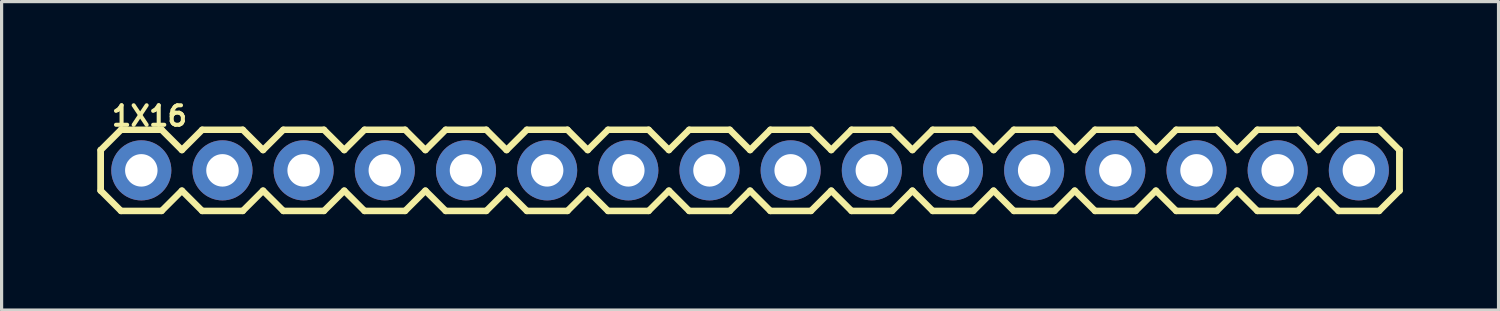
<source format=kicad_pcb>
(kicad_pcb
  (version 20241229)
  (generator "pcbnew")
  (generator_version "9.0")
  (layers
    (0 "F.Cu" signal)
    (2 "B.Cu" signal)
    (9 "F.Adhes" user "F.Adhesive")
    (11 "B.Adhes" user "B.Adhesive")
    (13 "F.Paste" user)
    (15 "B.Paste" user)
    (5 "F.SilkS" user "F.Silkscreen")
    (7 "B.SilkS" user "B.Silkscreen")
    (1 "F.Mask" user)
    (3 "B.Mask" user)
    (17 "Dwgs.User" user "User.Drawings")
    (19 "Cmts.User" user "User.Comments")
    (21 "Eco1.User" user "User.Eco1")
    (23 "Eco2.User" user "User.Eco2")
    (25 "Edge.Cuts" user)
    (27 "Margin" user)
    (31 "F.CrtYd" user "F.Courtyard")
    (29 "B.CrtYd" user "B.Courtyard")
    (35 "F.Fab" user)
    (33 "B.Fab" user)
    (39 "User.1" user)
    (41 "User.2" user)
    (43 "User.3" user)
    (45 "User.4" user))
  (footprint "1X16"
    (layer "F.Cu")
    (at 1.372 2.281)
    (property "Reference" "1X16" (at 0.254 -1.702 0) (layer "F.SilkS") (effects (font (size 0.61 0.61) (thickness 0.127))))
    (attr exclude_from_pos_files exclude_from_bom)
    (fp_line (start -1.27 -0.635) (end -1.27 0.635) (stroke (width 0.203) (type solid)) (layer "F.SilkS"))
    (fp_line (start -1.27 -0.635) (end -1.27 0.635) (stroke (width 0.203) (type solid)) (layer "F.SilkS"))
    (fp_line (start -1.27 0.635) (end -0.635 1.27) (stroke (width 0.203) (type solid)) (layer "F.SilkS"))
    (fp_line (start -0.635 -1.27) (end -1.27 -0.635) (stroke (width 0.203) (type solid)) (layer "F.SilkS"))
    (fp_line (start -0.635 -1.27) (end 0.635 -1.27) (stroke (width 0.203) (type solid)) (layer "F.SilkS"))
    (fp_line (start 0.635 -1.27) (end 1.27 -0.635) (stroke (width 0.203) (type solid)) (layer "F.SilkS"))
    (fp_line (start 0.635 1.27) (end -0.635 1.27) (stroke (width 0.203) (type solid)) (layer "F.SilkS"))
    (fp_line (start 1.27 -0.635) (end 1.905 -1.27) (stroke (width 0.203) (type solid)) (layer "F.SilkS"))
    (fp_line (start 1.27 0.635) (end 0.635 1.27) (stroke (width 0.203) (type solid)) (layer "F.SilkS"))
    (fp_line (start 1.905 -1.27) (end 3.175 -1.27) (stroke (width 0.203) (type solid)) (layer "F.SilkS"))
    (fp_line (start 1.905 1.27) (end 1.27 0.635) (stroke (width 0.203) (type solid)) (layer "F.SilkS"))
    (fp_line (start 3.175 -1.27) (end 3.81 -0.635) (stroke (width 0.203) (type solid)) (layer "F.SilkS"))
    (fp_line (start 3.175 1.27) (end 1.905 1.27) (stroke (width 0.203) (type solid)) (layer "F.SilkS"))
    (fp_line (start 3.81 -0.635) (end 4.445 -1.27) (stroke (width 0.203) (type solid)) (layer "F.SilkS"))
    (fp_line (start 3.81 0.635) (end 3.175 1.27) (stroke (width 0.203) (type solid)) (layer "F.SilkS"))
    (fp_line (start 4.445 -1.27) (end 5.715 -1.27) (stroke (width 0.203) (type solid)) (layer "F.SilkS"))
    (fp_line (start 4.445 1.27) (end 3.81 0.635) (stroke (width 0.203) (type solid)) (layer "F.SilkS"))
    (fp_line (start 5.715 -1.27) (end 6.35 -0.635) (stroke (width 0.203) (type solid)) (layer "F.SilkS"))
    (fp_line (start 5.715 1.27) (end 4.445 1.27) (stroke (width 0.203) (type solid)) (layer "F.SilkS"))
    (fp_line (start 6.35 0.635) (end 5.715 1.27) (stroke (width 0.203) (type solid)) (layer "F.SilkS"))
    (fp_line (start 6.35 0.635) (end 6.985 1.27) (stroke (width 0.203) (type solid)) (layer "F.SilkS"))
    (fp_line (start 6.985 -1.27) (end 6.35 -0.635) (stroke (width 0.203) (type solid)) (layer "F.SilkS"))
    (fp_line (start 6.985 -1.27) (end 8.255 -1.27) (stroke (width 0.203) (type solid)) (layer "F.SilkS"))
    (fp_line (start 8.255 -1.27) (end 8.89 -0.635) (stroke (width 0.203) (type solid)) (layer "F.SilkS"))
    (fp_line (start 8.255 1.27) (end 6.985 1.27) (stroke (width 0.203) (type solid)) (layer "F.SilkS"))
    (fp_line (start 8.89 -0.635) (end 9.525 -1.27) (stroke (width 0.203) (type solid)) (layer "F.SilkS"))
    (fp_line (start 8.89 0.635) (end 8.255 1.27) (stroke (width 0.203) (type solid)) (layer "F.SilkS"))
    (fp_line (start 9.525 -1.27) (end 10.795 -1.27) (stroke (width 0.203) (type solid)) (layer "F.SilkS"))
    (fp_line (start 9.525 1.27) (end 8.89 0.635) (stroke (width 0.203) (type solid)) (layer "F.SilkS"))
    (fp_line (start 10.795 -1.27) (end 11.43 -0.635) (stroke (width 0.203) (type solid)) (layer "F.SilkS"))
    (fp_line (start 10.795 1.27) (end 9.525 1.27) (stroke (width 0.203) (type solid)) (layer "F.SilkS"))
    (fp_line (start 11.43 -0.635) (end 12.065 -1.27) (stroke (width 0.203) (type solid)) (layer "F.SilkS"))
    (fp_line (start 11.43 0.635) (end 10.795 1.27) (stroke (width 0.203) (type solid)) (layer "F.SilkS"))
    (fp_line (start 12.065 -1.27) (end 13.335 -1.27) (stroke (width 0.203) (type solid)) (layer "F.SilkS"))
    (fp_line (start 12.065 1.27) (end 11.43 0.635) (stroke (width 0.203) (type solid)) (layer "F.SilkS"))
    (fp_line (start 13.335 -1.27) (end 13.97 -0.635) (stroke (width 0.203) (type solid)) (layer "F.SilkS"))
    (fp_line (start 13.335 1.27) (end 12.065 1.27) (stroke (width 0.203) (type solid)) (layer "F.SilkS"))
    (fp_line (start 13.97 0.635) (end 13.335 1.27) (stroke (width 0.203) (type solid)) (layer "F.SilkS"))
    (fp_line (start 13.97 0.635) (end 14.605 1.27) (stroke (width 0.203) (type solid)) (layer "F.SilkS"))
    (fp_line (start 14.605 -1.27) (end 13.97 -0.635) (stroke (width 0.203) (type solid)) (layer "F.SilkS"))
    (fp_line (start 14.605 -1.27) (end 15.875 -1.27) (stroke (width 0.203) (type solid)) (layer "F.SilkS"))
    (fp_line (start 15.875 -1.27) (end 16.51 -0.635) (stroke (width 0.203) (type solid)) (layer "F.SilkS"))
    (fp_line (start 15.875 1.27) (end 14.605 1.27) (stroke (width 0.203) (type solid)) (layer "F.SilkS"))
    (fp_line (start 16.51 0.635) (end 15.875 1.27) (stroke (width 0.203) (type solid)) (layer "F.SilkS"))
    (fp_line (start 16.51 0.635) (end 17.145 1.27) (stroke (width 0.203) (type solid)) (layer "F.SilkS"))
    (fp_line (start 17.145 -1.27) (end 16.51 -0.635) (stroke (width 0.203) (type solid)) (layer "F.SilkS"))
    (fp_line (start 17.145 -1.27) (end 18.415 -1.27) (stroke (width 0.203) (type solid)) (layer "F.SilkS"))
    (fp_line (start 18.415 -1.27) (end 19.05 -0.635) (stroke (width 0.203) (type solid)) (layer "F.SilkS"))
    (fp_line (start 18.415 1.27) (end 17.145 1.27) (stroke (width 0.203) (type solid)) (layer "F.SilkS"))
    (fp_line (start 19.05 -0.635) (end 19.685 -1.27) (stroke (width 0.203) (type solid)) (layer "F.SilkS"))
    (fp_line (start 19.05 0.635) (end 18.415 1.27) (stroke (width 0.203) (type solid)) (layer "F.SilkS"))
    (fp_line (start 19.685 -1.27) (end 20.955 -1.27) (stroke (width 0.203) (type solid)) (layer "F.SilkS"))
    (fp_line (start 19.685 1.27) (end 19.05 0.635) (stroke (width 0.203) (type solid)) (layer "F.SilkS"))
    (fp_line (start 20.955 -1.27) (end 21.59 -0.635) (stroke (width 0.203) (type solid)) (layer "F.SilkS"))
    (fp_line (start 20.955 1.27) (end 19.685 1.27) (stroke (width 0.203) (type solid)) (layer "F.SilkS"))
    (fp_line (start 21.59 -0.635) (end 22.225 -1.27) (stroke (width 0.203) (type solid)) (layer "F.SilkS"))
    (fp_line (start 21.59 0.635) (end 20.955 1.27) (stroke (width 0.203) (type solid)) (layer "F.SilkS"))
    (fp_line (start 22.225 -1.27) (end 23.495 -1.27) (stroke (width 0.203) (type solid)) (layer "F.SilkS"))
    (fp_line (start 22.225 1.27) (end 21.59 0.635) (stroke (width 0.203) (type solid)) (layer "F.SilkS"))
    (fp_line (start 23.495 -1.27) (end 24.13 -0.635) (stroke (width 0.203) (type solid)) (layer "F.SilkS"))
    (fp_line (start 23.495 1.27) (end 22.225 1.27) (stroke (width 0.203) (type solid)) (layer "F.SilkS"))
    (fp_line (start 24.13 0.635) (end 23.495 1.27) (stroke (width 0.203) (type solid)) (layer "F.SilkS"))
    (fp_line (start 24.13 0.635) (end 24.765 1.27) (stroke (width 0.203) (type solid)) (layer "F.SilkS"))
    (fp_line (start 24.765 -1.27) (end 24.13 -0.635) (stroke (width 0.203) (type solid)) (layer "F.SilkS"))
    (fp_line (start 24.765 -1.27) (end 26.035 -1.27) (stroke (width 0.203) (type solid)) (layer "F.SilkS"))
    (fp_line (start 26.035 -1.27) (end 26.67 -0.635) (stroke (width 0.203) (type solid)) (layer "F.SilkS"))
    (fp_line (start 26.035 1.27) (end 24.765 1.27) (stroke (width 0.203) (type solid)) (layer "F.SilkS"))
    (fp_line (start 26.67 -0.635) (end 27.305 -1.27) (stroke (width 0.203) (type solid)) (layer "F.SilkS"))
    (fp_line (start 26.67 0.635) (end 26.035 1.27) (stroke (width 0.203) (type solid)) (layer "F.SilkS"))
    (fp_line (start 27.305 -1.27) (end 28.575 -1.27) (stroke (width 0.203) (type solid)) (layer "F.SilkS"))
    (fp_line (start 27.305 1.27) (end 26.67 0.635) (stroke (width 0.203) (type solid)) (layer "F.SilkS"))
    (fp_line (start 28.575 -1.27) (end 29.21 -0.635) (stroke (width 0.203) (type solid)) (layer "F.SilkS"))
    (fp_line (start 28.575 1.27) (end 27.305 1.27) (stroke (width 0.203) (type solid)) (layer "F.SilkS"))
    (fp_line (start 29.21 -0.635) (end 29.845 -1.27) (stroke (width 0.203) (type solid)) (layer "F.SilkS"))
    (fp_line (start 29.21 0.635) (end 28.575 1.27) (stroke (width 0.203) (type solid)) (layer "F.SilkS"))
    (fp_line (start 29.845 -1.27) (end 31.115 -1.27) (stroke (width 0.203) (type solid)) (layer "F.SilkS"))
    (fp_line (start 29.845 1.27) (end 29.21 0.635) (stroke (width 0.203) (type solid)) (layer "F.SilkS"))
    (fp_line (start 31.115 -1.27) (end 31.75 -0.635) (stroke (width 0.203) (type solid)) (layer "F.SilkS"))
    (fp_line (start 31.115 1.27) (end 29.845 1.27) (stroke (width 0.203) (type solid)) (layer "F.SilkS"))
    (fp_line (start 31.75 0.635) (end 31.115 1.27) (stroke (width 0.203) (type solid)) (layer "F.SilkS"))
    (fp_line (start 31.75 0.635) (end 32.385 1.27) (stroke (width 0.203) (type solid)) (layer "F.SilkS"))
    (fp_line (start 32.385 -1.27) (end 31.75 -0.635) (stroke (width 0.203) (type solid)) (layer "F.SilkS"))
    (fp_line (start 32.385 -1.27) (end 33.655 -1.27) (stroke (width 0.203) (type solid)) (layer "F.SilkS"))
    (fp_line (start 33.655 -1.27) (end 34.29 -0.635) (stroke (width 0.203) (type solid)) (layer "F.SilkS"))
    (fp_line (start 33.655 1.27) (end 32.385 1.27) (stroke (width 0.203) (type solid)) (layer "F.SilkS"))
    (fp_line (start 34.29 0.635) (end 33.655 1.27) (stroke (width 0.203) (type solid)) (layer "F.SilkS"))
    (fp_line (start 34.29 0.635) (end 34.925 1.27) (stroke (width 0.203) (type solid)) (layer "F.SilkS"))
    (fp_line (start 34.925 -1.27) (end 34.29 -0.635) (stroke (width 0.203) (type solid)) (layer "F.SilkS"))
    (fp_line (start 34.925 -1.27) (end 36.195 -1.27) (stroke (width 0.203) (type solid)) (layer "F.SilkS"))
    (fp_line (start 36.195 -1.27) (end 36.83 -0.635) (stroke (width 0.203) (type solid)) (layer "F.SilkS"))
    (fp_line (start 36.195 1.27) (end 34.925 1.27) (stroke (width 0.203) (type solid)) (layer "F.SilkS"))
    (fp_line (start 36.83 0.635) (end 36.195 1.27) (stroke (width 0.203) (type solid)) (layer "F.SilkS"))
    (fp_line (start 36.83 0.635) (end 37.465 1.27) (stroke (width 0.203) (type solid)) (layer "F.SilkS"))
    (fp_line (start 37.465 -1.27) (end 36.83 -0.635) (stroke (width 0.203) (type solid)) (layer "F.SilkS"))
    (fp_line (start 37.465 -1.27) (end 38.735 -1.27) (stroke (width 0.203) (type solid)) (layer "F.SilkS"))
    (fp_line (start 38.735 -1.27) (end 39.37 -0.635) (stroke (width 0.203) (type solid)) (layer "F.SilkS"))
    (fp_line (start 38.735 1.27) (end 37.465 1.27) (stroke (width 0.203) (type solid)) (layer "F.SilkS"))
    (fp_line (start 39.37 -0.635) (end 39.37 0.635) (stroke (width 0.203) (type solid)) (layer "F.SilkS"))
    (fp_line (start 39.37 -0.635) (end 39.37 0.635) (stroke (width 0.203) (type solid)) (layer "F.SilkS"))
    (fp_line (start 39.37 0.635) (end 38.735 1.27) (stroke (width 0.203) (type solid)) (layer "F.SilkS"))
    (fp_line (start -0.254 -0.254) (end 0.254 -0.254) (stroke (width 0.066) (type solid)) (layer "Dwgs.User"))
    (fp_line (start -0.254 0.254) (end -0.254 -0.254) (stroke (width 0.066) (type solid)) (layer "Dwgs.User"))
    (fp_line (start -0.254 0.254) (end 0.254 0.254) (stroke (width 0.066) (type solid)) (layer "Dwgs.User"))
    (fp_line (start 0.254 0.254) (end 0.254 -0.254) (stroke (width 0.066) (type solid)) (layer "Dwgs.User"))
    (fp_line (start 2.286 -0.254) (end 2.794 -0.254) (stroke (width 0.066) (type solid)) (layer "Dwgs.User"))
    (fp_line (start 2.286 0.254) (end 2.286 -0.254) (stroke (width 0.066) (type solid)) (layer "Dwgs.User"))
    (fp_line (start 2.286 0.254) (end 2.794 0.254) (stroke (width 0.066) (type solid)) (layer "Dwgs.User"))
    (fp_line (start 2.794 0.254) (end 2.794 -0.254) (stroke (width 0.066) (type solid)) (layer "Dwgs.User"))
    (fp_line (start 4.826 -0.254) (end 5.334 -0.254) (stroke (width 0.066) (type solid)) (layer "Dwgs.User"))
    (fp_line (start 4.826 0.254) (end 4.826 -0.254) (stroke (width 0.066) (type solid)) (layer "Dwgs.User"))
    (fp_line (start 4.826 0.254) (end 5.334 0.254) (stroke (width 0.066) (type solid)) (layer "Dwgs.User"))
    (fp_line (start 5.334 0.254) (end 5.334 -0.254) (stroke (width 0.066) (type solid)) (layer "Dwgs.User"))
    (fp_line (start 7.366 -0.254) (end 7.874 -0.254) (stroke (width 0.066) (type solid)) (layer "Dwgs.User"))
    (fp_line (start 7.366 0.254) (end 7.366 -0.254) (stroke (width 0.066) (type solid)) (layer "Dwgs.User"))
    (fp_line (start 7.366 0.254) (end 7.874 0.254) (stroke (width 0.066) (type solid)) (layer "Dwgs.User"))
    (fp_line (start 7.874 0.254) (end 7.874 -0.254) (stroke (width 0.066) (type solid)) (layer "Dwgs.User"))
    (fp_line (start 9.906 -0.254) (end 10.414 -0.254) (stroke (width 0.066) (type solid)) (layer "Dwgs.User"))
    (fp_line (start 9.906 0.254) (end 9.906 -0.254) (stroke (width 0.066) (type solid)) (layer "Dwgs.User"))
    (fp_line (start 9.906 0.254) (end 10.414 0.254) (stroke (width 0.066) (type solid)) (layer "Dwgs.User"))
    (fp_line (start 10.414 0.254) (end 10.414 -0.254) (stroke (width 0.066) (type solid)) (layer "Dwgs.User"))
    (fp_line (start 12.446 -0.254) (end 12.954 -0.254) (stroke (width 0.066) (type solid)) (layer "Dwgs.User"))
    (fp_line (start 12.446 0.254) (end 12.446 -0.254) (stroke (width 0.066) (type solid)) (layer "Dwgs.User"))
    (fp_line (start 12.446 0.254) (end 12.954 0.254) (stroke (width 0.066) (type solid)) (layer "Dwgs.User"))
    (fp_line (start 12.954 0.254) (end 12.954 -0.254) (stroke (width 0.066) (type solid)) (layer "Dwgs.User"))
    (fp_line (start 14.986 -0.254) (end 15.494 -0.254) (stroke (width 0.066) (type solid)) (layer "Dwgs.User"))
    (fp_line (start 14.986 0.254) (end 14.986 -0.254) (stroke (width 0.066) (type solid)) (layer "Dwgs.User"))
    (fp_line (start 14.986 0.254) (end 15.494 0.254) (stroke (width 0.066) (type solid)) (layer "Dwgs.User"))
    (fp_line (start 15.494 0.254) (end 15.494 -0.254) (stroke (width 0.066) (type solid)) (layer "Dwgs.User"))
    (fp_line (start 17.523 -0.254) (end 18.034 -0.254) (stroke (width 0.066) (type solid)) (layer "Dwgs.User"))
    (fp_line (start 17.523 0.254) (end 17.523 -0.254) (stroke (width 0.066) (type solid)) (layer "Dwgs.User"))
    (fp_line (start 17.523 0.254) (end 18.034 0.254) (stroke (width 0.066) (type solid)) (layer "Dwgs.User"))
    (fp_line (start 18.034 0.254) (end 18.034 -0.254) (stroke (width 0.066) (type solid)) (layer "Dwgs.User"))
    (fp_line (start 20.066 -0.254) (end 20.574 -0.254) (stroke (width 0.066) (type solid)) (layer "Dwgs.User"))
    (fp_line (start 20.066 0.254) (end 20.066 -0.254) (stroke (width 0.066) (type solid)) (layer "Dwgs.User"))
    (fp_line (start 20.066 0.254) (end 20.574 0.254) (stroke (width 0.066) (type solid)) (layer "Dwgs.User"))
    (fp_line (start 20.574 0.254) (end 20.574 -0.254) (stroke (width 0.066) (type solid)) (layer "Dwgs.User"))
    (fp_line (start 22.606 -0.254) (end 23.114 -0.254) (stroke (width 0.066) (type solid)) (layer "Dwgs.User"))
    (fp_line (start 22.606 0.254) (end 22.606 -0.254) (stroke (width 0.066) (type solid)) (layer "Dwgs.User"))
    (fp_line (start 22.606 0.254) (end 23.114 0.254) (stroke (width 0.066) (type solid)) (layer "Dwgs.User"))
    (fp_line (start 23.114 0.254) (end 23.114 -0.254) (stroke (width 0.066) (type solid)) (layer "Dwgs.User"))
    (fp_line (start 25.146 -0.254) (end 25.654 -0.254) (stroke (width 0.066) (type solid)) (layer "Dwgs.User"))
    (fp_line (start 25.146 0.254) (end 25.146 -0.254) (stroke (width 0.066) (type solid)) (layer "Dwgs.User"))
    (fp_line (start 25.146 0.254) (end 25.654 0.254) (stroke (width 0.066) (type solid)) (layer "Dwgs.User"))
    (fp_line (start 25.654 0.254) (end 25.654 -0.254) (stroke (width 0.066) (type solid)) (layer "Dwgs.User"))
    (fp_line (start 27.686 -0.254) (end 28.194 -0.254) (stroke (width 0.066) (type solid)) (layer "Dwgs.User"))
    (fp_line (start 27.686 0.254) (end 27.686 -0.254) (stroke (width 0.066) (type solid)) (layer "Dwgs.User"))
    (fp_line (start 27.686 0.254) (end 28.194 0.254) (stroke (width 0.066) (type solid)) (layer "Dwgs.User"))
    (fp_line (start 28.194 0.254) (end 28.194 -0.254) (stroke (width 0.066) (type solid)) (layer "Dwgs.User"))
    (fp_line (start 30.226 -0.254) (end 30.734 -0.254) (stroke (width 0.066) (type solid)) (layer "Dwgs.User"))
    (fp_line (start 30.226 0.254) (end 30.226 -0.254) (stroke (width 0.066) (type solid)) (layer "Dwgs.User"))
    (fp_line (start 30.226 0.254) (end 30.734 0.254) (stroke (width 0.066) (type solid)) (layer "Dwgs.User"))
    (fp_line (start 30.734 0.254) (end 30.734 -0.254) (stroke (width 0.066) (type solid)) (layer "Dwgs.User"))
    (fp_line (start 32.766 -0.254) (end 33.274 -0.254) (stroke (width 0.066) (type solid)) (layer "Dwgs.User"))
    (fp_line (start 32.766 0.254) (end 32.766 -0.254) (stroke (width 0.066) (type solid)) (layer "Dwgs.User"))
    (fp_line (start 32.766 0.254) (end 33.274 0.254) (stroke (width 0.066) (type solid)) (layer "Dwgs.User"))
    (fp_line (start 33.274 0.254) (end 33.274 -0.254) (stroke (width 0.066) (type solid)) (layer "Dwgs.User"))
    (fp_line (start 35.303 -0.254) (end 35.814 -0.254) (stroke (width 0.066) (type solid)) (layer "Dwgs.User"))
    (fp_line (start 35.303 0.254) (end 35.303 -0.254) (stroke (width 0.066) (type solid)) (layer "Dwgs.User"))
    (fp_line (start 35.303 0.254) (end 35.814 0.254) (stroke (width 0.066) (type solid)) (layer "Dwgs.User"))
    (fp_line (start 35.814 0.254) (end 35.814 -0.254) (stroke (width 0.066) (type solid)) (layer "Dwgs.User"))
    (fp_line (start 37.846 -0.254) (end 38.354 -0.254) (stroke (width 0.066) (type solid)) (layer "Dwgs.User"))
    (fp_line (start 37.846 0.254) (end 37.846 -0.254) (stroke (width 0.066) (type solid)) (layer "Dwgs.User"))
    (fp_line (start 37.846 0.254) (end 38.354 0.254) (stroke (width 0.066) (type solid)) (layer "Dwgs.User"))
    (fp_line (start 38.354 0.254) (end 38.354 -0.254) (stroke (width 0.066) (type solid)) (layer "Dwgs.User"))
    (pad "1" thru_hole circle (at 0 0) (size 1.88 1.88) (drill 1.016) (layers "*.Cu" "*.Paste" "*.Mask"))
    (pad "2" thru_hole circle (at 2.54 0) (size 1.88 1.88) (drill 1.016) (layers "*.Cu" "*.Paste" "*.Mask"))
    (pad "3" thru_hole circle (at 5.08 0) (size 1.88 1.88) (drill 1.016) (layers "*.Cu" "*.Paste" "*.Mask"))
    (pad "4" thru_hole circle (at 7.62 0) (size 1.88 1.88) (drill 1.016) (layers "*.Cu" "*.Paste" "*.Mask"))
    (pad "5" thru_hole circle (at 10.16 0) (size 1.88 1.88) (drill 1.016) (layers "*.Cu" "*.Paste" "*.Mask"))
    (pad "6" thru_hole circle (at 12.7 0) (size 1.88 1.88) (drill 1.016) (layers "*.Cu" "*.Paste" "*.Mask"))
    (pad "7" thru_hole circle (at 15.24 0) (size 1.88 1.88) (drill 1.016) (layers "*.Cu" "*.Paste" "*.Mask"))
    (pad "8" thru_hole circle (at 17.78 0) (size 1.88 1.88) (drill 1.016) (layers "*.Cu" "*.Paste" "*.Mask"))
    (pad "9" thru_hole circle (at 20.32 0) (size 1.88 1.88) (drill 1.016) (layers "*.Cu" "*.Paste" "*.Mask"))
    (pad "10" thru_hole circle (at 22.86 0) (size 1.88 1.88) (drill 1.016) (layers "*.Cu" "*.Paste" "*.Mask"))
    (pad "11" thru_hole circle (at 25.4 0) (size 1.88 1.88) (drill 1.016) (layers "*.Cu" "*.Paste" "*.Mask"))
    (pad "12" thru_hole circle (at 27.94 0) (size 1.88 1.88) (drill 1.016) (layers "*.Cu" "*.Paste" "*.Mask"))
    (pad "13" thru_hole circle (at 30.48 0) (size 1.88 1.88) (drill 1.016) (layers "*.Cu" "*.Paste" "*.Mask"))
    (pad "14" thru_hole circle (at 33.02 0) (size 1.88 1.88) (drill 1.016) (layers "*.Cu" "*.Paste" "*.Mask"))
    (pad "15" thru_hole circle (at 35.56 0) (size 1.88 1.88) (drill 1.016) (layers "*.Cu" "*.Paste" "*.Mask"))
    (pad "16" thru_hole circle (at 38.1 0) (size 1.88 1.88) (drill 1.016) (layers "*.Cu" "*.Paste" "*.Mask")))
  (gr_rect
    (start -3 -3)
    (end 43.843 6.653)
    (stroke (width 0.1) (type default))
    (fill no)
    (layer "Edge.Cuts")))
</source>
